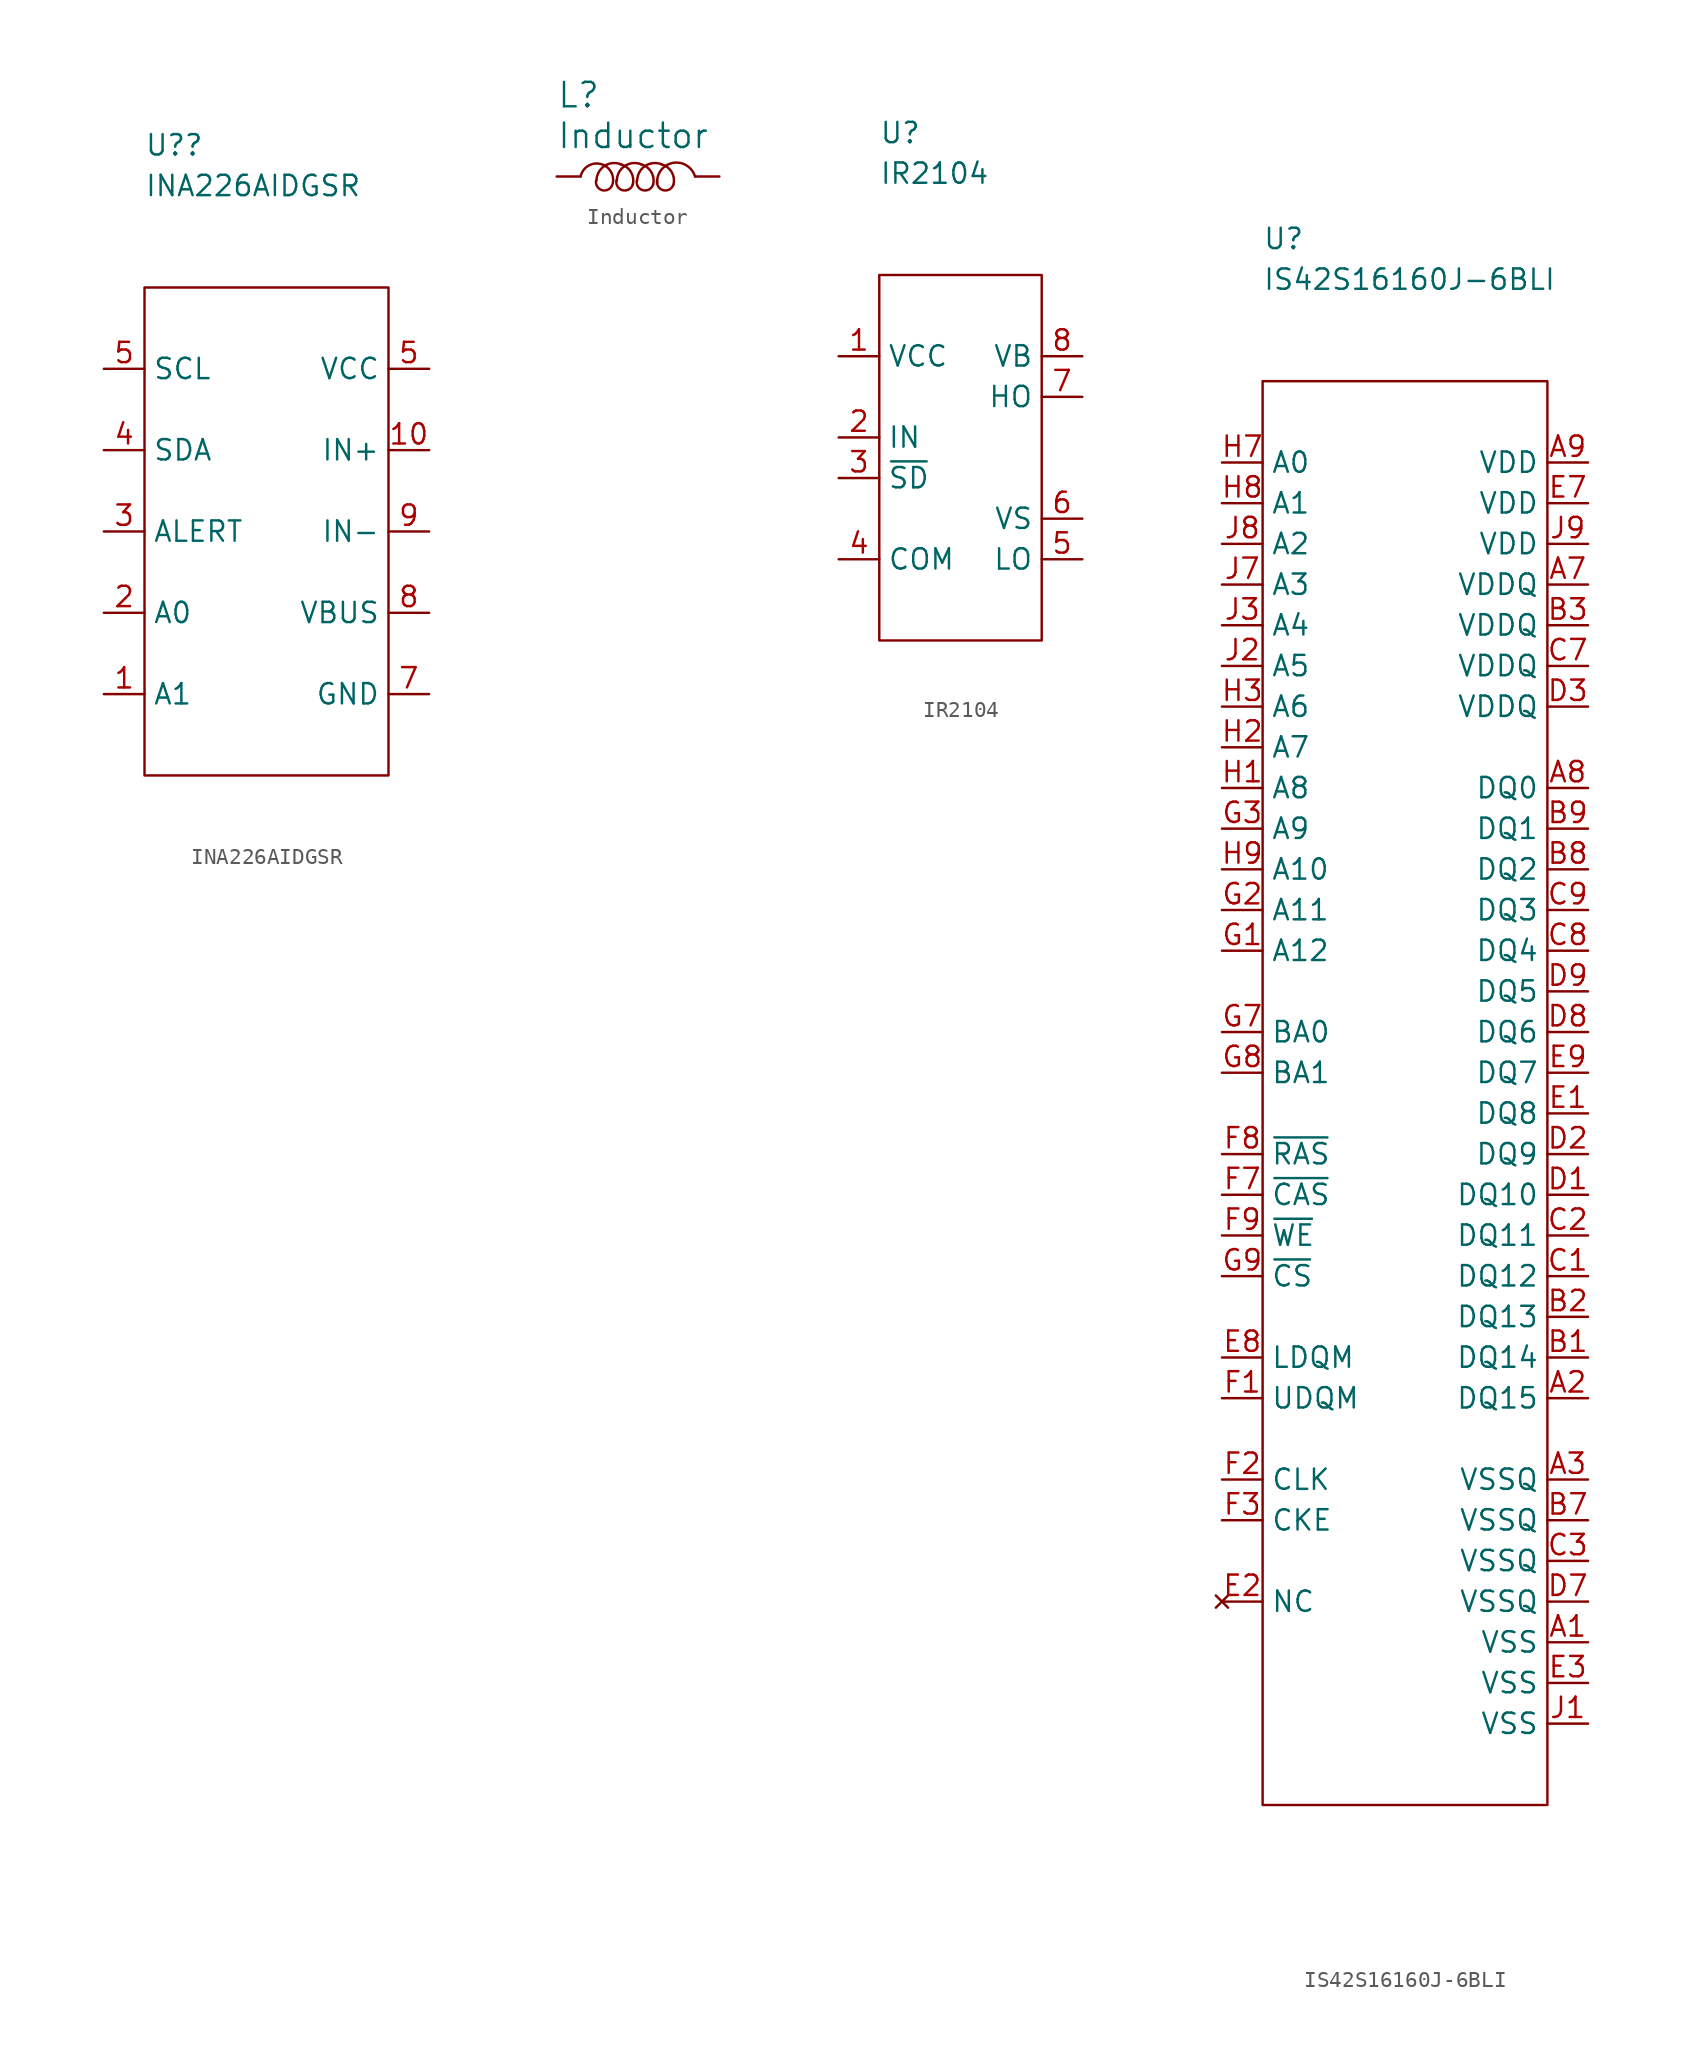
<source format=kicad_sym>
(kicad_symbol_lib
  (version 20211014)
  (generator kicad_symbol_editor)
  (symbol "INA226AIDGSR"
    (property "Reference" "U?"
      (at 0 8.89 0)
      (effects (font (size 1.27 1.27)) (justify left)))
    (property "Value" "INA226AIDGSR"
      (at 0 6.35 0)
      (effects (font (size 1.27 1.27)) (justify left)))
    (symbol "INA226AIDGSR_0_1"
      (rectangle (start 0 0) (end 15.24 -30.48) (stroke (width 0.152) (type default) (color 0 0 0 0)) (fill (type none))))
    (symbol "INA226AIDGSR_1_1"
      (pin passive line (at -2.54 -25.4 0) (length 2.54) (name "A1" (effects (font (size 1.27 1.27)))) (number "1" (effects (font (size 1.27 1.27)))))
      (pin passive line (at 17.78 -10.16 180) (length 2.54) (name "IN+" (effects (font (size 1.27 1.27)))) (number "10" (effects (font (size 1.27 1.27)))))
      (pin passive line (at -2.54 -20.32 0) (length 2.54) (name "A0" (effects (font (size 1.27 1.27)))) (number "2" (effects (font (size 1.27 1.27)))))
      (pin passive line (at -2.54 -15.24 0) (length 2.54) (name "ALERT" (effects (font (size 1.27 1.27)))) (number "3" (effects (font (size 1.27 1.27)))))
      (pin passive line (at -2.54 -10.16 0) (length 2.54) (name "SDA" (effects (font (size 1.27 1.27)))) (number "4" (effects (font (size 1.27 1.27)))))
      (pin passive line (at -2.54 -5.08 0) (length 2.54) (name "SCL" (effects (font (size 1.27 1.27)))) (number "5" (effects (font (size 1.27 1.27)))))
      (pin passive line (at 17.78 -5.08 180) (length 2.54) (name "VCC" (effects (font (size 1.27 1.27)))) (number "5" (effects (font (size 1.27 1.27)))))
      (pin passive line (at 17.78 -25.4 180) (length 2.54) (name "GND" (effects (font (size 1.27 1.27)))) (number "7" (effects (font (size 1.27 1.27)))))
      (pin passive line (at 17.78 -20.32 180) (length 2.54) (name "VBUS" (effects (font (size 1.27 1.27)))) (number "8" (effects (font (size 1.27 1.27)))))
      (pin passive line (at 17.78 -15.24 180) (length 2.54) (name "IN-" (effects (font (size 1.27 1.27)))) (number "9" (effects (font (size 1.27 1.27)))))))
  (symbol "Inductor"
    (pin_numbers hide)
    (pin_names
      (offset 1.016) hide)
    (property "Reference" "L"
      (at -5.08 5.08 0)
      (effects (font (size 1.524 1.524)) (justify left)))
    (property "Value" "Inductor"
      (at -5.08 2.54 0)
      (effects (font (size 1.524 1.524)) (justify left)))
    (symbol "Inductor_0_1"
      (arc (start -2.6162 -0.254) (mid -2.2279 -0.8598) (end -1.6002 -0.508) (stroke (width 0) (type default) (color 0 0 0 0)) (fill (type none)))
      (arc (start -1.5748 -0.4318) (mid -2.3633 0.7823) (end -3.5814 0) (stroke (width 0) (type default) (color 0 0 0 0)) (fill (type none)))
      (arc (start -1.3462 -0.254) (mid -0.9579 -0.8598) (end -0.3302 -0.508) (stroke (width 0) (type default) (color 0 0 0 0)) (fill (type none)))
      (arc (start -1.0668 0.762) (mid -2.0962 0.6551) (end -2.5908 -0.254) (stroke (width 0) (type default) (color 0 0 0 0)) (fill (type none)))
      (arc (start -0.3302 -0.508) (mid -0.4482 0.2848) (end -1.0922 0.762) (stroke (width 0) (type default) (color 0 0 0 0)) (fill (type none)))
      (arc (start -0.0762 -0.254) (mid 0.3121 -0.8598) (end 0.9398 -0.508) (stroke (width 0) (type default) (color 0 0 0 0)) (fill (type none)))
      (arc (start 0.2032 0.762) (mid -0.8262 0.6551) (end -1.3208 -0.254) (stroke (width 0) (type default) (color 0 0 0 0)) (fill (type none)))
      (arc (start 0.9398 -0.508) (mid 0.8218 0.2848) (end 0.1778 0.762) (stroke (width 0) (type default) (color 0 0 0 0)) (fill (type none)))
      (arc (start 1.1938 -0.254) (mid 1.5821 -0.8598) (end 2.2098 -0.508) (stroke (width 0) (type default) (color 0 0 0 0)) (fill (type none)))
      (arc (start 1.4732 0.762) (mid 0.4438 0.6551) (end -0.0508 -0.254) (stroke (width 0) (type default) (color 0 0 0 0)) (fill (type none)))
      (arc (start 2.2098 -0.508) (mid 2.0918 0.2848) (end 1.4478 0.762) (stroke (width 0) (type default) (color 0 0 0 0)) (fill (type none)))
      (arc (start 3.556 0) (mid 2.1804 0.8481) (end 1.1938 -0.4318) (stroke (width 0) (type default) (color 0 0 0 0)) (fill (type none))))
    (symbol "Inductor_1_1"
      (pin passive line (at -5.08 0 0) (length 1.499) (name "~" (effects (font (size 1.27 1.27)))) (number "1" (effects (font (size 1.27 1.27)))))
      (pin passive line (at 5.08 0 180) (length 1.499) (name "~" (effects (font (size 1.27 1.27)))) (number "2" (effects (font (size 1.27 1.27)))))))
  (symbol "IR2104"
    (property "Reference" "U"
      (at 0 8.89 0)
      (effects (font (size 1.27 1.27)) (justify left)))
    (property "Value" "IR2104"
      (at 0 6.35 0)
      (effects (font (size 1.27 1.27)) (justify left)))
    (symbol "IR2104_0_1"
      (rectangle (start 0 0) (end 10.16 -22.86) (stroke (width 0.152) (type default) (color 0 0 0 0)) (fill (type none))))
    (symbol "IR2104_1_1"
      (pin passive line (at -2.54 -5.08 0) (length 2.54) (name "VCC" (effects (font (size 1.27 1.27)))) (number "1" (effects (font (size 1.27 1.27)))))
      (pin passive line (at -2.54 -10.16 0) (length 2.54) (name "IN" (effects (font (size 1.27 1.27)))) (number "2" (effects (font (size 1.27 1.27)))))
      (pin passive line (at -2.54 -12.7 0) (length 2.54) (name "~{SD}" (effects (font (size 1.27 1.27)))) (number "3" (effects (font (size 1.27 1.27)))))
      (pin passive line (at -2.54 -17.78 0) (length 2.54) (name "COM" (effects (font (size 1.27 1.27)))) (number "4" (effects (font (size 1.27 1.27)))))
      (pin passive line (at 12.7 -17.78 180) (length 2.54) (name "LO" (effects (font (size 1.27 1.27)))) (number "5" (effects (font (size 1.27 1.27)))))
      (pin passive line (at 12.7 -15.24 180) (length 2.54) (name "VS" (effects (font (size 1.27 1.27)))) (number "6" (effects (font (size 1.27 1.27)))))
      (pin passive line (at 12.7 -7.62 180) (length 2.54) (name "HO" (effects (font (size 1.27 1.27)))) (number "7" (effects (font (size 1.27 1.27)))))
      (pin passive line (at 12.7 -5.08 180) (length 2.54) (name "VB" (effects (font (size 1.27 1.27)))) (number "8" (effects (font (size 1.27 1.27)))))))
  (symbol "IS42S16160J-6BLI"
    (property "Reference" "U"
      (at 0 8.89 0)
      (effects (font (size 1.27 1.27)) (justify left)))
    (property "Value" "IS42S16160J-6BLI"
      (at 0 6.35 0)
      (effects (font (size 1.27 1.27)) (justify left)))
    (symbol "IS42S16160J-6BLI_0_1"
      (rectangle (start 0 0) (end 17.78 -88.9) (stroke (width 0.152) (type default) (color 0 0 0 0)) (fill (type none))))
    (symbol "IS42S16160J-6BLI_1_1"
      (pin passive line (at 20.32 -78.74 180) (length 2.54) (name "VSS" (effects (font (size 1.27 1.27)))) (number "A1" (effects (font (size 1.27 1.27)))))
      (pin passive line (at 20.32 -63.5 180) (length 2.54) (name "DQ15" (effects (font (size 1.27 1.27)))) (number "A2" (effects (font (size 1.27 1.27)))))
      (pin passive line (at 20.32 -68.58 180) (length 2.54) (name "VSSQ" (effects (font (size 1.27 1.27)))) (number "A3" (effects (font (size 1.27 1.27)))))
      (pin passive line (at 20.32 -12.7 180) (length 2.54) (name "VDDQ" (effects (font (size 1.27 1.27)))) (number "A7" (effects (font (size 1.27 1.27)))))
      (pin passive line (at 20.32 -25.4 180) (length 2.54) (name "DQ0" (effects (font (size 1.27 1.27)))) (number "A8" (effects (font (size 1.27 1.27)))))
      (pin passive line (at 20.32 -5.08 180) (length 2.54) (name "VDD" (effects (font (size 1.27 1.27)))) (number "A9" (effects (font (size 1.27 1.27)))))
      (pin passive line (at 20.32 -60.96 180) (length 2.54) (name "DQ14" (effects (font (size 1.27 1.27)))) (number "B1" (effects (font (size 1.27 1.27)))))
      (pin passive line (at 20.32 -58.42 180) (length 2.54) (name "DQ13" (effects (font (size 1.27 1.27)))) (number "B2" (effects (font (size 1.27 1.27)))))
      (pin passive line (at 20.32 -15.24 180) (length 2.54) (name "VDDQ" (effects (font (size 1.27 1.27)))) (number "B3" (effects (font (size 1.27 1.27)))))
      (pin passive line (at 20.32 -71.12 180) (length 2.54) (name "VSSQ" (effects (font (size 1.27 1.27)))) (number "B7" (effects (font (size 1.27 1.27)))))
      (pin passive line (at 20.32 -30.48 180) (length 2.54) (name "DQ2" (effects (font (size 1.27 1.27)))) (number "B8" (effects (font (size 1.27 1.27)))))
      (pin passive line (at 20.32 -27.94 180) (length 2.54) (name "DQ1" (effects (font (size 1.27 1.27)))) (number "B9" (effects (font (size 1.27 1.27)))))
      (pin passive line (at 20.32 -55.88 180) (length 2.54) (name "DQ12" (effects (font (size 1.27 1.27)))) (number "C1" (effects (font (size 1.27 1.27)))))
      (pin passive line (at 20.32 -53.34 180) (length 2.54) (name "DQ11" (effects (font (size 1.27 1.27)))) (number "C2" (effects (font (size 1.27 1.27)))))
      (pin passive line (at 20.32 -73.66 180) (length 2.54) (name "VSSQ" (effects (font (size 1.27 1.27)))) (number "C3" (effects (font (size 1.27 1.27)))))
      (pin passive line (at 20.32 -17.78 180) (length 2.54) (name "VDDQ" (effects (font (size 1.27 1.27)))) (number "C7" (effects (font (size 1.27 1.27)))))
      (pin passive line (at 20.32 -35.56 180) (length 2.54) (name "DQ4" (effects (font (size 1.27 1.27)))) (number "C8" (effects (font (size 1.27 1.27)))))
      (pin passive line (at 20.32 -33.02 180) (length 2.54) (name "DQ3" (effects (font (size 1.27 1.27)))) (number "C9" (effects (font (size 1.27 1.27)))))
      (pin passive line (at 20.32 -50.8 180) (length 2.54) (name "DQ10" (effects (font (size 1.27 1.27)))) (number "D1" (effects (font (size 1.27 1.27)))))
      (pin passive line (at 20.32 -48.26 180) (length 2.54) (name "DQ9" (effects (font (size 1.27 1.27)))) (number "D2" (effects (font (size 1.27 1.27)))))
      (pin passive line (at 20.32 -20.32 180) (length 2.54) (name "VDDQ" (effects (font (size 1.27 1.27)))) (number "D3" (effects (font (size 1.27 1.27)))))
      (pin passive line (at 20.32 -76.2 180) (length 2.54) (name "VSSQ" (effects (font (size 1.27 1.27)))) (number "D7" (effects (font (size 1.27 1.27)))))
      (pin passive line (at 20.32 -40.64 180) (length 2.54) (name "DQ6" (effects (font (size 1.27 1.27)))) (number "D8" (effects (font (size 1.27 1.27)))))
      (pin passive line (at 20.32 -38.1 180) (length 2.54) (name "DQ5" (effects (font (size 1.27 1.27)))) (number "D9" (effects (font (size 1.27 1.27)))))
      (pin passive line (at 20.32 -45.72 180) (length 2.54) (name "DQ8" (effects (font (size 1.27 1.27)))) (number "E1" (effects (font (size 1.27 1.27)))))
      (pin no_connect line (at -2.54 -76.2 0) (length 2.54) (name "NC" (effects (font (size 1.27 1.27)))) (number "E2" (effects (font (size 1.27 1.27)))))
      (pin passive line (at 20.32 -81.28 180) (length 2.54) (name "VSS" (effects (font (size 1.27 1.27)))) (number "E3" (effects (font (size 1.27 1.27)))))
      (pin passive line (at 20.32 -7.62 180) (length 2.54) (name "VDD" (effects (font (size 1.27 1.27)))) (number "E7" (effects (font (size 1.27 1.27)))))
      (pin passive line (at -2.54 -60.96 0) (length 2.54) (name "LDQM" (effects (font (size 1.27 1.27)))) (number "E8" (effects (font (size 1.27 1.27)))))
      (pin passive line (at 20.32 -43.18 180) (length 2.54) (name "DQ7" (effects (font (size 1.27 1.27)))) (number "E9" (effects (font (size 1.27 1.27)))))
      (pin passive line (at -2.54 -63.5 0) (length 2.54) (name "UDQM" (effects (font (size 1.27 1.27)))) (number "F1" (effects (font (size 1.27 1.27)))))
      (pin passive line (at -2.54 -68.58 0) (length 2.54) (name "CLK" (effects (font (size 1.27 1.27)))) (number "F2" (effects (font (size 1.27 1.27)))))
      (pin passive line (at -2.54 -71.12 0) (length 2.54) (name "CKE" (effects (font (size 1.27 1.27)))) (number "F3" (effects (font (size 1.27 1.27)))))
      (pin passive line (at -2.54 -50.8 0) (length 2.54) (name "~{CAS}" (effects (font (size 1.27 1.27)))) (number "F7" (effects (font (size 1.27 1.27)))))
      (pin passive line (at -2.54 -48.26 0) (length 2.54) (name "~{RAS}" (effects (font (size 1.27 1.27)))) (number "F8" (effects (font (size 1.27 1.27)))))
      (pin passive line (at -2.54 -53.34 0) (length 2.54) (name "~{WE}" (effects (font (size 1.27 1.27)))) (number "F9" (effects (font (size 1.27 1.27)))))
      (pin passive line (at -2.54 -35.56 0) (length 2.54) (name "A12" (effects (font (size 1.27 1.27)))) (number "G1" (effects (font (size 1.27 1.27)))))
      (pin passive line (at -2.54 -33.02 0) (length 2.54) (name "A11" (effects (font (size 1.27 1.27)))) (number "G2" (effects (font (size 1.27 1.27)))))
      (pin passive line (at -2.54 -27.94 0) (length 2.54) (name "A9" (effects (font (size 1.27 1.27)))) (number "G3" (effects (font (size 1.27 1.27)))))
      (pin passive line (at -2.54 -40.64 0) (length 2.54) (name "BA0" (effects (font (size 1.27 1.27)))) (number "G7" (effects (font (size 1.27 1.27)))))
      (pin passive line (at -2.54 -43.18 0) (length 2.54) (name "BA1" (effects (font (size 1.27 1.27)))) (number "G8" (effects (font (size 1.27 1.27)))))
      (pin passive line (at -2.54 -55.88 0) (length 2.54) (name "~{CS}" (effects (font (size 1.27 1.27)))) (number "G9" (effects (font (size 1.27 1.27)))))
      (pin passive line (at -2.54 -25.4 0) (length 2.54) (name "A8" (effects (font (size 1.27 1.27)))) (number "H1" (effects (font (size 1.27 1.27)))))
      (pin passive line (at -2.54 -22.86 0) (length 2.54) (name "A7" (effects (font (size 1.27 1.27)))) (number "H2" (effects (font (size 1.27 1.27)))))
      (pin passive line (at -2.54 -20.32 0) (length 2.54) (name "A6" (effects (font (size 1.27 1.27)))) (number "H3" (effects (font (size 1.27 1.27)))))
      (pin passive line (at -2.54 -5.08 0) (length 2.54) (name "A0" (effects (font (size 1.27 1.27)))) (number "H7" (effects (font (size 1.27 1.27)))))
      (pin passive line (at -2.54 -7.62 0) (length 2.54) (name "A1" (effects (font (size 1.27 1.27)))) (number "H8" (effects (font (size 1.27 1.27)))))
      (pin passive line (at -2.54 -30.48 0) (length 2.54) (name "A10" (effects (font (size 1.27 1.27)))) (number "H9" (effects (font (size 1.27 1.27)))))
      (pin passive line (at 20.32 -83.82 180) (length 2.54) (name "VSS" (effects (font (size 1.27 1.27)))) (number "J1" (effects (font (size 1.27 1.27)))))
      (pin passive line (at -2.54 -17.78 0) (length 2.54) (name "A5" (effects (font (size 1.27 1.27)))) (number "J2" (effects (font (size 1.27 1.27)))))
      (pin passive line (at -2.54 -15.24 0) (length 2.54) (name "A4" (effects (font (size 1.27 1.27)))) (number "J3" (effects (font (size 1.27 1.27)))))
      (pin passive line (at -2.54 -12.7 0) (length 2.54) (name "A3" (effects (font (size 1.27 1.27)))) (number "J7" (effects (font (size 1.27 1.27)))))
      (pin passive line (at -2.54 -10.16 0) (length 2.54) (name "A2" (effects (font (size 1.27 1.27)))) (number "J8" (effects (font (size 1.27 1.27)))))
      (pin passive line (at 20.32 -10.16 180) (length 2.54) (name "VDD" (effects (font (size 1.27 1.27)))) (number "J9" (effects (font (size 1.27 1.27))))))))
</source>
